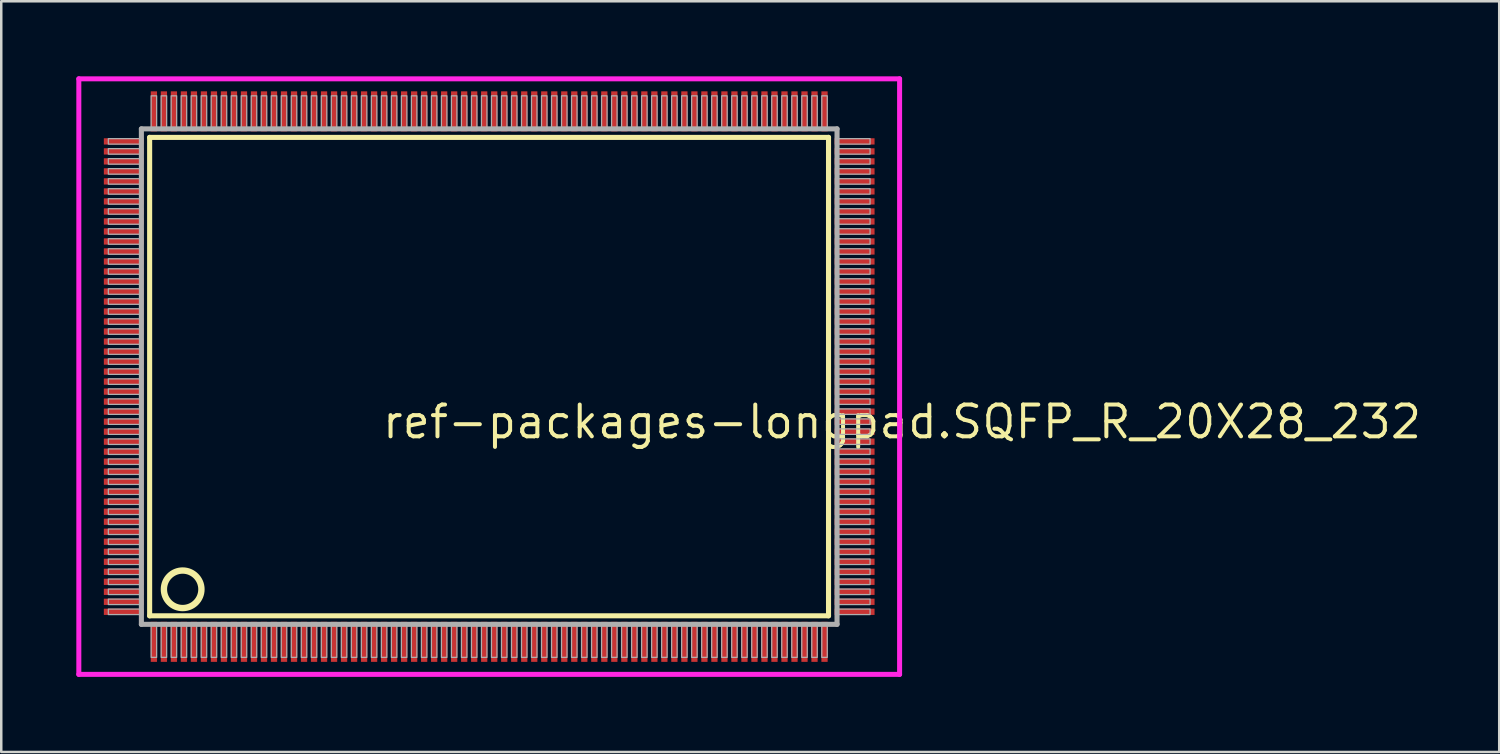
<source format=kicad_pcb>
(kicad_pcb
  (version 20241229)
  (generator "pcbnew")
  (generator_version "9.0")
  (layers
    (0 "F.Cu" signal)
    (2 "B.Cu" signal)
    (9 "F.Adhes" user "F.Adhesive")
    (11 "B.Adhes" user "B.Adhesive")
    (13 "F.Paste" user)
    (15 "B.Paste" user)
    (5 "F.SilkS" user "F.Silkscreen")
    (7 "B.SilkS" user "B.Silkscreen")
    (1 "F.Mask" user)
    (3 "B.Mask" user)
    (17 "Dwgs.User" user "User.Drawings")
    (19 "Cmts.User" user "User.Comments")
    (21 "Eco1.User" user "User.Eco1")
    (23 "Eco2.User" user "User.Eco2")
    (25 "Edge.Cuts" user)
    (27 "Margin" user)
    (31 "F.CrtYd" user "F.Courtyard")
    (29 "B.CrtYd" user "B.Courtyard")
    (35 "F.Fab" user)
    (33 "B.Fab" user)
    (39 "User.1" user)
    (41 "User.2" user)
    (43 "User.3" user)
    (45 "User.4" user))
  (footprint "ref-packages-longpad.SQFP_R_20X28_232"
    (layer "F.Cu")
    (at 16.5 12)
    (property "Reference" "ref-packages-longpad.SQFP_R_20X28_232" (at -4.35 2.55 0) (layer "F.SilkS") (effects (font (size 1.27 1.27) (thickness 0.16)) (justify left bottom)))
    (attr smd)
    (fp_line (start -13.57 -9.56) (end 13.56 -9.56) (stroke (width 0.203) (type default)) (layer "F.SilkS"))
    (fp_line (start -13.57 9.56) (end -13.57 -9.56) (stroke (width 0.203) (type default)) (layer "F.SilkS"))
    (fp_line (start 13.56 -9.56) (end 13.56 9.56) (stroke (width 0.203) (type default)) (layer "F.SilkS"))
    (fp_line (start 13.56 9.56) (end -13.57 9.56) (stroke (width 0.203) (type default)) (layer "F.SilkS"))
    (fp_circle (center -12.25 8.5) (end -11.5 8.5) (stroke (width 0.254) (type default)) (fill no) (layer "F.SilkS"))
    (fp_line (start -16.4 -11.9) (end 16.4 -11.9) (stroke (width 0.2) (type default)) (layer "F.CrtYd"))
    (fp_line (start -16.4 11.9) (end -16.4 -11.9) (stroke (width 0.2) (type default)) (layer "F.CrtYd"))
    (fp_line (start 16.4 -11.9) (end 16.4 11.9) (stroke (width 0.2) (type default)) (layer "F.CrtYd"))
    (fp_line (start 16.4 11.9) (end -16.4 11.9) (stroke (width 0.2) (type default)) (layer "F.CrtYd"))
    (fp_line (start -13.9 -9.9) (end -13.9 9.9) (stroke (width 0.203) (type default)) (layer "F.Fab"))
    (fp_line (start -13.9 9.9) (end 13.9 9.9) (stroke (width 0.203) (type default)) (layer "F.Fab"))
    (fp_line (start 13.9 -9.9) (end -13.9 -9.9) (stroke (width 0.203) (type default)) (layer "F.Fab"))
    (fp_line (start 13.9 9.9) (end 13.9 -9.9) (stroke (width 0.203) (type default)) (layer "F.Fab"))
    (fp_rect (start -15.22 -9.29) (end -13.95 -9.51) (stroke (width 0.05) (type default)) (fill no) (layer "F.Fab"))
    (fp_rect (start -15.22 -8.89) (end -13.95 -9.11) (stroke (width 0.05) (type default)) (fill no) (layer "F.Fab"))
    (fp_rect (start -15.22 -8.49) (end -13.95 -8.71) (stroke (width 0.05) (type default)) (fill no) (layer "F.Fab"))
    (fp_rect (start -15.22 -8.09) (end -13.95 -8.31) (stroke (width 0.05) (type default)) (fill no) (layer "F.Fab"))
    (fp_rect (start -15.22 -7.69) (end -13.95 -7.91) (stroke (width 0.05) (type default)) (fill no) (layer "F.Fab"))
    (fp_rect (start -15.22 -7.29) (end -13.95 -7.51) (stroke (width 0.05) (type default)) (fill no) (layer "F.Fab"))
    (fp_rect (start -15.22 -6.89) (end -13.95 -7.11) (stroke (width 0.05) (type default)) (fill no) (layer "F.Fab"))
    (fp_rect (start -15.22 -6.49) (end -13.95 -6.71) (stroke (width 0.05) (type default)) (fill no) (layer "F.Fab"))
    (fp_rect (start -15.22 -6.09) (end -13.95 -6.31) (stroke (width 0.05) (type default)) (fill no) (layer "F.Fab"))
    (fp_rect (start -15.22 -5.69) (end -13.95 -5.91) (stroke (width 0.05) (type default)) (fill no) (layer "F.Fab"))
    (fp_rect (start -15.22 -5.29) (end -13.95 -5.51) (stroke (width 0.05) (type default)) (fill no) (layer "F.Fab"))
    (fp_rect (start -15.22 -4.89) (end -13.95 -5.11) (stroke (width 0.05) (type default)) (fill no) (layer "F.Fab"))
    (fp_rect (start -15.22 -4.49) (end -13.95 -4.71) (stroke (width 0.05) (type default)) (fill no) (layer "F.Fab"))
    (fp_rect (start -15.22 -4.09) (end -13.95 -4.31) (stroke (width 0.05) (type default)) (fill no) (layer "F.Fab"))
    (fp_rect (start -15.22 -3.69) (end -13.95 -3.91) (stroke (width 0.05) (type default)) (fill no) (layer "F.Fab"))
    (fp_rect (start -15.22 -3.29) (end -13.95 -3.51) (stroke (width 0.05) (type default)) (fill no) (layer "F.Fab"))
    (fp_rect (start -15.22 -2.89) (end -13.95 -3.11) (stroke (width 0.05) (type default)) (fill no) (layer "F.Fab"))
    (fp_rect (start -15.22 -2.49) (end -13.95 -2.71) (stroke (width 0.05) (type default)) (fill no) (layer "F.Fab"))
    (fp_rect (start -15.22 -2.09) (end -13.95 -2.31) (stroke (width 0.05) (type default)) (fill no) (layer "F.Fab"))
    (fp_rect (start -15.22 -1.69) (end -13.95 -1.91) (stroke (width 0.05) (type default)) (fill no) (layer "F.Fab"))
    (fp_rect (start -15.22 -1.29) (end -13.95 -1.51) (stroke (width 0.05) (type default)) (fill no) (layer "F.Fab"))
    (fp_rect (start -15.22 -0.89) (end -13.95 -1.11) (stroke (width 0.05) (type default)) (fill no) (layer "F.Fab"))
    (fp_rect (start -15.22 -0.49) (end -13.95 -0.71) (stroke (width 0.05) (type default)) (fill no) (layer "F.Fab"))
    (fp_rect (start -15.22 -0.09) (end -13.95 -0.31) (stroke (width 0.05) (type default)) (fill no) (layer "F.Fab"))
    (fp_rect (start -15.22 0.31) (end -13.95 0.09) (stroke (width 0.05) (type default)) (fill no) (layer "F.Fab"))
    (fp_rect (start -15.22 0.71) (end -13.95 0.49) (stroke (width 0.05) (type default)) (fill no) (layer "F.Fab"))
    (fp_rect (start -15.22 1.11) (end -13.95 0.89) (stroke (width 0.05) (type default)) (fill no) (layer "F.Fab"))
    (fp_rect (start -15.22 1.51) (end -13.95 1.29) (stroke (width 0.05) (type default)) (fill no) (layer "F.Fab"))
    (fp_rect (start -15.22 1.91) (end -13.95 1.69) (stroke (width 0.05) (type default)) (fill no) (layer "F.Fab"))
    (fp_rect (start -15.22 2.31) (end -13.95 2.09) (stroke (width 0.05) (type default)) (fill no) (layer "F.Fab"))
    (fp_rect (start -15.22 2.71) (end -13.95 2.49) (stroke (width 0.05) (type default)) (fill no) (layer "F.Fab"))
    (fp_rect (start -15.22 3.11) (end -13.95 2.89) (stroke (width 0.05) (type default)) (fill no) (layer "F.Fab"))
    (fp_rect (start -15.22 3.51) (end -13.95 3.29) (stroke (width 0.05) (type default)) (fill no) (layer "F.Fab"))
    (fp_rect (start -15.22 3.91) (end -13.95 3.69) (stroke (width 0.05) (type default)) (fill no) (layer "F.Fab"))
    (fp_rect (start -15.22 4.31) (end -13.95 4.09) (stroke (width 0.05) (type default)) (fill no) (layer "F.Fab"))
    (fp_rect (start -15.22 4.71) (end -13.95 4.49) (stroke (width 0.05) (type default)) (fill no) (layer "F.Fab"))
    (fp_rect (start -15.22 5.11) (end -13.95 4.89) (stroke (width 0.05) (type default)) (fill no) (layer "F.Fab"))
    (fp_rect (start -15.22 5.51) (end -13.95 5.29) (stroke (width 0.05) (type default)) (fill no) (layer "F.Fab"))
    (fp_rect (start -15.22 5.91) (end -13.95 5.69) (stroke (width 0.05) (type default)) (fill no) (layer "F.Fab"))
    (fp_rect (start -15.22 6.31) (end -13.95 6.09) (stroke (width 0.05) (type default)) (fill no) (layer "F.Fab"))
    (fp_rect (start -15.22 6.71) (end -13.95 6.49) (stroke (width 0.05) (type default)) (fill no) (layer "F.Fab"))
    (fp_rect (start -15.22 7.11) (end -13.95 6.89) (stroke (width 0.05) (type default)) (fill no) (layer "F.Fab"))
    (fp_rect (start -15.22 7.51) (end -13.95 7.29) (stroke (width 0.05) (type default)) (fill no) (layer "F.Fab"))
    (fp_rect (start -15.22 7.91) (end -13.95 7.69) (stroke (width 0.05) (type default)) (fill no) (layer "F.Fab"))
    (fp_rect (start -15.22 8.31) (end -13.95 8.09) (stroke (width 0.05) (type default)) (fill no) (layer "F.Fab"))
    (fp_rect (start -15.22 8.71) (end -13.95 8.49) (stroke (width 0.05) (type default)) (fill no) (layer "F.Fab"))
    (fp_rect (start -15.22 9.11) (end -13.95 8.89) (stroke (width 0.05) (type default)) (fill no) (layer "F.Fab"))
    (fp_rect (start -15.22 9.51) (end -13.95 9.29) (stroke (width 0.05) (type default)) (fill no) (layer "F.Fab"))
    (fp_rect (start -13.51 -9.93) (end -13.29 -11.22) (stroke (width 0.05) (type default)) (fill no) (layer "F.Fab"))
    (fp_rect (start -13.51 11.22) (end -13.29 9.93) (stroke (width 0.05) (type default)) (fill no) (layer "F.Fab"))
    (fp_rect (start -13.11 -9.93) (end -12.89 -11.22) (stroke (width 0.05) (type default)) (fill no) (layer "F.Fab"))
    (fp_rect (start -13.11 11.22) (end -12.89 9.93) (stroke (width 0.05) (type default)) (fill no) (layer "F.Fab"))
    (fp_rect (start -12.71 -9.93) (end -12.49 -11.22) (stroke (width 0.05) (type default)) (fill no) (layer "F.Fab"))
    (fp_rect (start -12.71 11.22) (end -12.49 9.93) (stroke (width 0.05) (type default)) (fill no) (layer "F.Fab"))
    (fp_rect (start -12.31 -9.93) (end -12.09 -11.22) (stroke (width 0.05) (type default)) (fill no) (layer "F.Fab"))
    (fp_rect (start -12.31 11.22) (end -12.09 9.93) (stroke (width 0.05) (type default)) (fill no) (layer "F.Fab"))
    (fp_rect (start -11.91 -9.93) (end -11.69 -11.22) (stroke (width 0.05) (type default)) (fill no) (layer "F.Fab"))
    (fp_rect (start -11.91 11.22) (end -11.69 9.93) (stroke (width 0.05) (type default)) (fill no) (layer "F.Fab"))
    (fp_rect (start -11.51 -9.93) (end -11.29 -11.22) (stroke (width 0.05) (type default)) (fill no) (layer "F.Fab"))
    (fp_rect (start -11.51 11.22) (end -11.29 9.93) (stroke (width 0.05) (type default)) (fill no) (layer "F.Fab"))
    (fp_rect (start -11.11 -9.93) (end -10.89 -11.22) (stroke (width 0.05) (type default)) (fill no) (layer "F.Fab"))
    (fp_rect (start -11.11 11.22) (end -10.89 9.93) (stroke (width 0.05) (type default)) (fill no) (layer "F.Fab"))
    (fp_rect (start -10.71 -9.93) (end -10.49 -11.22) (stroke (width 0.05) (type default)) (fill no) (layer "F.Fab"))
    (fp_rect (start -10.71 11.22) (end -10.49 9.93) (stroke (width 0.05) (type default)) (fill no) (layer "F.Fab"))
    (fp_rect (start -10.31 -9.93) (end -10.09 -11.22) (stroke (width 0.05) (type default)) (fill no) (layer "F.Fab"))
    (fp_rect (start -10.31 11.22) (end -10.09 9.93) (stroke (width 0.05) (type default)) (fill no) (layer "F.Fab"))
    (fp_rect (start -9.91 -9.93) (end -9.69 -11.22) (stroke (width 0.05) (type default)) (fill no) (layer "F.Fab"))
    (fp_rect (start -9.91 11.22) (end -9.69 9.93) (stroke (width 0.05) (type default)) (fill no) (layer "F.Fab"))
    (fp_rect (start -9.51 -9.93) (end -9.29 -11.22) (stroke (width 0.05) (type default)) (fill no) (layer "F.Fab"))
    (fp_rect (start -9.51 11.22) (end -9.29 9.93) (stroke (width 0.05) (type default)) (fill no) (layer "F.Fab"))
    (fp_rect (start -9.11 -9.93) (end -8.89 -11.22) (stroke (width 0.05) (type default)) (fill no) (layer "F.Fab"))
    (fp_rect (start -9.11 11.22) (end -8.89 9.93) (stroke (width 0.05) (type default)) (fill no) (layer "F.Fab"))
    (fp_rect (start -8.71 -9.93) (end -8.49 -11.22) (stroke (width 0.05) (type default)) (fill no) (layer "F.Fab"))
    (fp_rect (start -8.71 11.22) (end -8.49 9.93) (stroke (width 0.05) (type default)) (fill no) (layer "F.Fab"))
    (fp_rect (start -8.31 -9.93) (end -8.09 -11.22) (stroke (width 0.05) (type default)) (fill no) (layer "F.Fab"))
    (fp_rect (start -8.31 11.22) (end -8.09 9.93) (stroke (width 0.05) (type default)) (fill no) (layer "F.Fab"))
    (fp_rect (start -7.91 -9.93) (end -7.69 -11.22) (stroke (width 0.05) (type default)) (fill no) (layer "F.Fab"))
    (fp_rect (start -7.91 11.22) (end -7.69 9.93) (stroke (width 0.05) (type default)) (fill no) (layer "F.Fab"))
    (fp_rect (start -7.51 -9.93) (end -7.29 -11.22) (stroke (width 0.05) (type default)) (fill no) (layer "F.Fab"))
    (fp_rect (start -7.51 11.22) (end -7.29 9.93) (stroke (width 0.05) (type default)) (fill no) (layer "F.Fab"))
    (fp_rect (start -7.11 -9.93) (end -6.89 -11.22) (stroke (width 0.05) (type default)) (fill no) (layer "F.Fab"))
    (fp_rect (start -7.11 11.22) (end -6.89 9.93) (stroke (width 0.05) (type default)) (fill no) (layer "F.Fab"))
    (fp_rect (start -6.71 -9.93) (end -6.49 -11.22) (stroke (width 0.05) (type default)) (fill no) (layer "F.Fab"))
    (fp_rect (start -6.71 11.22) (end -6.49 9.93) (stroke (width 0.05) (type default)) (fill no) (layer "F.Fab"))
    (fp_rect (start -6.31 -9.93) (end -6.09 -11.22) (stroke (width 0.05) (type default)) (fill no) (layer "F.Fab"))
    (fp_rect (start -6.31 11.22) (end -6.09 9.93) (stroke (width 0.05) (type default)) (fill no) (layer "F.Fab"))
    (fp_rect (start -5.91 -9.93) (end -5.69 -11.22) (stroke (width 0.05) (type default)) (fill no) (layer "F.Fab"))
    (fp_rect (start -5.91 11.22) (end -5.69 9.93) (stroke (width 0.05) (type default)) (fill no) (layer "F.Fab"))
    (fp_rect (start -5.51 -9.93) (end -5.29 -11.22) (stroke (width 0.05) (type default)) (fill no) (layer "F.Fab"))
    (fp_rect (start -5.51 11.22) (end -5.29 9.93) (stroke (width 0.05) (type default)) (fill no) (layer "F.Fab"))
    (fp_rect (start -5.11 -9.93) (end -4.89 -11.22) (stroke (width 0.05) (type default)) (fill no) (layer "F.Fab"))
    (fp_rect (start -5.11 11.22) (end -4.89 9.93) (stroke (width 0.05) (type default)) (fill no) (layer "F.Fab"))
    (fp_rect (start -4.71 -9.93) (end -4.49 -11.22) (stroke (width 0.05) (type default)) (fill no) (layer "F.Fab"))
    (fp_rect (start -4.71 11.22) (end -4.49 9.93) (stroke (width 0.05) (type default)) (fill no) (layer "F.Fab"))
    (fp_rect (start -4.31 -9.93) (end -4.09 -11.22) (stroke (width 0.05) (type default)) (fill no) (layer "F.Fab"))
    (fp_rect (start -4.31 11.22) (end -4.09 9.93) (stroke (width 0.05) (type default)) (fill no) (layer "F.Fab"))
    (fp_rect (start -3.91 -9.93) (end -3.69 -11.22) (stroke (width 0.05) (type default)) (fill no) (layer "F.Fab"))
    (fp_rect (start -3.91 11.22) (end -3.69 9.93) (stroke (width 0.05) (type default)) (fill no) (layer "F.Fab"))
    (fp_rect (start -3.51 -9.93) (end -3.29 -11.22) (stroke (width 0.05) (type default)) (fill no) (layer "F.Fab"))
    (fp_rect (start -3.51 11.22) (end -3.29 9.93) (stroke (width 0.05) (type default)) (fill no) (layer "F.Fab"))
    (fp_rect (start -3.11 -9.93) (end -2.89 -11.22) (stroke (width 0.05) (type default)) (fill no) (layer "F.Fab"))
    (fp_rect (start -3.11 11.22) (end -2.89 9.93) (stroke (width 0.05) (type default)) (fill no) (layer "F.Fab"))
    (fp_rect (start -2.71 -9.93) (end -2.49 -11.22) (stroke (width 0.05) (type default)) (fill no) (layer "F.Fab"))
    (fp_rect (start -2.71 11.22) (end -2.49 9.93) (stroke (width 0.05) (type default)) (fill no) (layer "F.Fab"))
    (fp_rect (start -2.31 -9.93) (end -2.09 -11.22) (stroke (width 0.05) (type default)) (fill no) (layer "F.Fab"))
    (fp_rect (start -2.31 11.22) (end -2.09 9.93) (stroke (width 0.05) (type default)) (fill no) (layer "F.Fab"))
    (fp_rect (start -1.91 -9.93) (end -1.69 -11.22) (stroke (width 0.05) (type default)) (fill no) (layer "F.Fab"))
    (fp_rect (start -1.91 11.22) (end -1.69 9.93) (stroke (width 0.05) (type default)) (fill no) (layer "F.Fab"))
    (fp_rect (start -1.51 -9.93) (end -1.29 -11.22) (stroke (width 0.05) (type default)) (fill no) (layer "F.Fab"))
    (fp_rect (start -1.51 11.22) (end -1.29 9.93) (stroke (width 0.05) (type default)) (fill no) (layer "F.Fab"))
    (fp_rect (start -1.11 -9.93) (end -0.89 -11.22) (stroke (width 0.05) (type default)) (fill no) (layer "F.Fab"))
    (fp_rect (start -1.11 11.22) (end -0.89 9.93) (stroke (width 0.05) (type default)) (fill no) (layer "F.Fab"))
    (fp_rect (start -0.71 -9.93) (end -0.49 -11.22) (stroke (width 0.05) (type default)) (fill no) (layer "F.Fab"))
    (fp_rect (start -0.71 11.22) (end -0.49 9.93) (stroke (width 0.05) (type default)) (fill no) (layer "F.Fab"))
    (fp_rect (start -0.31 -9.93) (end -0.09 -11.22) (stroke (width 0.05) (type default)) (fill no) (layer "F.Fab"))
    (fp_rect (start -0.31 11.22) (end -0.09 9.93) (stroke (width 0.05) (type default)) (fill no) (layer "F.Fab"))
    (fp_rect (start 0.09 -9.93) (end 0.31 -11.22) (stroke (width 0.05) (type default)) (fill no) (layer "F.Fab"))
    (fp_rect (start 0.09 11.22) (end 0.31 9.93) (stroke (width 0.05) (type default)) (fill no) (layer "F.Fab"))
    (fp_rect (start 0.49 -9.93) (end 0.71 -11.22) (stroke (width 0.05) (type default)) (fill no) (layer "F.Fab"))
    (fp_rect (start 0.49 11.22) (end 0.71 9.93) (stroke (width 0.05) (type default)) (fill no) (layer "F.Fab"))
    (fp_rect (start 0.89 -9.93) (end 1.11 -11.22) (stroke (width 0.05) (type default)) (fill no) (layer "F.Fab"))
    (fp_rect (start 0.89 11.22) (end 1.11 9.93) (stroke (width 0.05) (type default)) (fill no) (layer "F.Fab"))
    (fp_rect (start 1.29 -9.93) (end 1.51 -11.22) (stroke (width 0.05) (type default)) (fill no) (layer "F.Fab"))
    (fp_rect (start 1.29 11.22) (end 1.51 9.93) (stroke (width 0.05) (type default)) (fill no) (layer "F.Fab"))
    (fp_rect (start 1.69 -9.93) (end 1.91 -11.22) (stroke (width 0.05) (type default)) (fill no) (layer "F.Fab"))
    (fp_rect (start 1.69 11.22) (end 1.91 9.93) (stroke (width 0.05) (type default)) (fill no) (layer "F.Fab"))
    (fp_rect (start 2.09 -9.93) (end 2.31 -11.22) (stroke (width 0.05) (type default)) (fill no) (layer "F.Fab"))
    (fp_rect (start 2.09 11.22) (end 2.31 9.93) (stroke (width 0.05) (type default)) (fill no) (layer "F.Fab"))
    (fp_rect (start 2.49 -9.93) (end 2.71 -11.22) (stroke (width 0.05) (type default)) (fill no) (layer "F.Fab"))
    (fp_rect (start 2.49 11.22) (end 2.71 9.93) (stroke (width 0.05) (type default)) (fill no) (layer "F.Fab"))
    (fp_rect (start 2.89 -9.93) (end 3.11 -11.22) (stroke (width 0.05) (type default)) (fill no) (layer "F.Fab"))
    (fp_rect (start 2.89 11.22) (end 3.11 9.93) (stroke (width 0.05) (type default)) (fill no) (layer "F.Fab"))
    (fp_rect (start 3.29 -9.93) (end 3.51 -11.22) (stroke (width 0.05) (type default)) (fill no) (layer "F.Fab"))
    (fp_rect (start 3.29 11.22) (end 3.51 9.93) (stroke (width 0.05) (type default)) (fill no) (layer "F.Fab"))
    (fp_rect (start 3.69 -9.93) (end 3.91 -11.22) (stroke (width 0.05) (type default)) (fill no) (layer "F.Fab"))
    (fp_rect (start 3.69 11.22) (end 3.91 9.93) (stroke (width 0.05) (type default)) (fill no) (layer "F.Fab"))
    (fp_rect (start 4.09 -9.93) (end 4.31 -11.22) (stroke (width 0.05) (type default)) (fill no) (layer "F.Fab"))
    (fp_rect (start 4.09 11.22) (end 4.31 9.93) (stroke (width 0.05) (type default)) (fill no) (layer "F.Fab"))
    (fp_rect (start 4.49 -9.93) (end 4.71 -11.22) (stroke (width 0.05) (type default)) (fill no) (layer "F.Fab"))
    (fp_rect (start 4.49 11.22) (end 4.71 9.93) (stroke (width 0.05) (type default)) (fill no) (layer "F.Fab"))
    (fp_rect (start 4.89 -9.93) (end 5.11 -11.22) (stroke (width 0.05) (type default)) (fill no) (layer "F.Fab"))
    (fp_rect (start 4.89 11.22) (end 5.11 9.93) (stroke (width 0.05) (type default)) (fill no) (layer "F.Fab"))
    (fp_rect (start 5.29 -9.93) (end 5.51 -11.22) (stroke (width 0.05) (type default)) (fill no) (layer "F.Fab"))
    (fp_rect (start 5.29 11.22) (end 5.51 9.93) (stroke (width 0.05) (type default)) (fill no) (layer "F.Fab"))
    (fp_rect (start 5.69 -9.93) (end 5.91 -11.22) (stroke (width 0.05) (type default)) (fill no) (layer "F.Fab"))
    (fp_rect (start 5.69 11.22) (end 5.91 9.93) (stroke (width 0.05) (type default)) (fill no) (layer "F.Fab"))
    (fp_rect (start 6.09 -9.93) (end 6.31 -11.22) (stroke (width 0.05) (type default)) (fill no) (layer "F.Fab"))
    (fp_rect (start 6.09 11.22) (end 6.31 9.93) (stroke (width 0.05) (type default)) (fill no) (layer "F.Fab"))
    (fp_rect (start 6.49 -9.93) (end 6.71 -11.22) (stroke (width 0.05) (type default)) (fill no) (layer "F.Fab"))
    (fp_rect (start 6.49 11.22) (end 6.71 9.93) (stroke (width 0.05) (type default)) (fill no) (layer "F.Fab"))
    (fp_rect (start 6.89 -9.93) (end 7.11 -11.22) (stroke (width 0.05) (type default)) (fill no) (layer "F.Fab"))
    (fp_rect (start 6.89 11.22) (end 7.11 9.93) (stroke (width 0.05) (type default)) (fill no) (layer "F.Fab"))
    (fp_rect (start 7.29 -9.93) (end 7.51 -11.22) (stroke (width 0.05) (type default)) (fill no) (layer "F.Fab"))
    (fp_rect (start 7.29 11.22) (end 7.51 9.93) (stroke (width 0.05) (type default)) (fill no) (layer "F.Fab"))
    (fp_rect (start 7.69 -9.93) (end 7.91 -11.22) (stroke (width 0.05) (type default)) (fill no) (layer "F.Fab"))
    (fp_rect (start 7.69 11.22) (end 7.91 9.93) (stroke (width 0.05) (type default)) (fill no) (layer "F.Fab"))
    (fp_rect (start 8.09 -9.93) (end 8.31 -11.22) (stroke (width 0.05) (type default)) (fill no) (layer "F.Fab"))
    (fp_rect (start 8.09 11.22) (end 8.31 9.93) (stroke (width 0.05) (type default)) (fill no) (layer "F.Fab"))
    (fp_rect (start 8.49 -9.93) (end 8.71 -11.22) (stroke (width 0.05) (type default)) (fill no) (layer "F.Fab"))
    (fp_rect (start 8.49 11.22) (end 8.71 9.93) (stroke (width 0.05) (type default)) (fill no) (layer "F.Fab"))
    (fp_rect (start 8.89 -9.93) (end 9.11 -11.22) (stroke (width 0.05) (type default)) (fill no) (layer "F.Fab"))
    (fp_rect (start 8.89 11.22) (end 9.11 9.93) (stroke (width 0.05) (type default)) (fill no) (layer "F.Fab"))
    (fp_rect (start 9.29 -9.93) (end 9.51 -11.22) (stroke (width 0.05) (type default)) (fill no) (layer "F.Fab"))
    (fp_rect (start 9.29 11.22) (end 9.51 9.93) (stroke (width 0.05) (type default)) (fill no) (layer "F.Fab"))
    (fp_rect (start 9.69 -9.93) (end 9.91 -11.22) (stroke (width 0.05) (type default)) (fill no) (layer "F.Fab"))
    (fp_rect (start 9.69 11.22) (end 9.91 9.93) (stroke (width 0.05) (type default)) (fill no) (layer "F.Fab"))
    (fp_rect (start 10.09 -9.93) (end 10.31 -11.22) (stroke (width 0.05) (type default)) (fill no) (layer "F.Fab"))
    (fp_rect (start 10.09 11.22) (end 10.31 9.93) (stroke (width 0.05) (type default)) (fill no) (layer "F.Fab"))
    (fp_rect (start 10.49 -9.93) (end 10.71 -11.22) (stroke (width 0.05) (type default)) (fill no) (layer "F.Fab"))
    (fp_rect (start 10.49 11.22) (end 10.71 9.93) (stroke (width 0.05) (type default)) (fill no) (layer "F.Fab"))
    (fp_rect (start 10.89 -9.93) (end 11.11 -11.22) (stroke (width 0.05) (type default)) (fill no) (layer "F.Fab"))
    (fp_rect (start 10.89 11.22) (end 11.11 9.93) (stroke (width 0.05) (type default)) (fill no) (layer "F.Fab"))
    (fp_rect (start 11.29 -9.93) (end 11.51 -11.22) (stroke (width 0.05) (type default)) (fill no) (layer "F.Fab"))
    (fp_rect (start 11.29 11.22) (end 11.51 9.93) (stroke (width 0.05) (type default)) (fill no) (layer "F.Fab"))
    (fp_rect (start 11.69 -9.93) (end 11.91 -11.22) (stroke (width 0.05) (type default)) (fill no) (layer "F.Fab"))
    (fp_rect (start 11.69 11.22) (end 11.91 9.93) (stroke (width 0.05) (type default)) (fill no) (layer "F.Fab"))
    (fp_rect (start 12.09 -9.93) (end 12.31 -11.22) (stroke (width 0.05) (type default)) (fill no) (layer "F.Fab"))
    (fp_rect (start 12.09 11.22) (end 12.31 9.93) (stroke (width 0.05) (type default)) (fill no) (layer "F.Fab"))
    (fp_rect (start 12.49 -9.93) (end 12.71 -11.22) (stroke (width 0.05) (type default)) (fill no) (layer "F.Fab"))
    (fp_rect (start 12.49 11.22) (end 12.71 9.93) (stroke (width 0.05) (type default)) (fill no) (layer "F.Fab"))
    (fp_rect (start 12.89 -9.93) (end 13.11 -11.22) (stroke (width 0.05) (type default)) (fill no) (layer "F.Fab"))
    (fp_rect (start 12.89 11.22) (end 13.11 9.93) (stroke (width 0.05) (type default)) (fill no) (layer "F.Fab"))
    (fp_rect (start 13.29 -9.93) (end 13.51 -11.22) (stroke (width 0.05) (type default)) (fill no) (layer "F.Fab"))
    (fp_rect (start 13.29 11.22) (end 13.51 9.93) (stroke (width 0.05) (type default)) (fill no) (layer "F.Fab"))
    (fp_rect (start 13.95 -9.29) (end 15.22 -9.51) (stroke (width 0.05) (type default)) (fill no) (layer "F.Fab"))
    (fp_rect (start 13.95 -8.89) (end 15.22 -9.11) (stroke (width 0.05) (type default)) (fill no) (layer "F.Fab"))
    (fp_rect (start 13.95 -8.49) (end 15.22 -8.71) (stroke (width 0.05) (type default)) (fill no) (layer "F.Fab"))
    (fp_rect (start 13.95 -8.09) (end 15.22 -8.31) (stroke (width 0.05) (type default)) (fill no) (layer "F.Fab"))
    (fp_rect (start 13.95 -7.69) (end 15.22 -7.91) (stroke (width 0.05) (type default)) (fill no) (layer "F.Fab"))
    (fp_rect (start 13.95 -7.29) (end 15.22 -7.51) (stroke (width 0.05) (type default)) (fill no) (layer "F.Fab"))
    (fp_rect (start 13.95 -6.89) (end 15.22 -7.11) (stroke (width 0.05) (type default)) (fill no) (layer "F.Fab"))
    (fp_rect (start 13.95 -6.49) (end 15.22 -6.71) (stroke (width 0.05) (type default)) (fill no) (layer "F.Fab"))
    (fp_rect (start 13.95 -6.09) (end 15.22 -6.31) (stroke (width 0.05) (type default)) (fill no) (layer "F.Fab"))
    (fp_rect (start 13.95 -5.69) (end 15.22 -5.91) (stroke (width 0.05) (type default)) (fill no) (layer "F.Fab"))
    (fp_rect (start 13.95 -5.29) (end 15.22 -5.51) (stroke (width 0.05) (type default)) (fill no) (layer "F.Fab"))
    (fp_rect (start 13.95 -4.89) (end 15.22 -5.11) (stroke (width 0.05) (type default)) (fill no) (layer "F.Fab"))
    (fp_rect (start 13.95 -4.49) (end 15.22 -4.71) (stroke (width 0.05) (type default)) (fill no) (layer "F.Fab"))
    (fp_rect (start 13.95 -4.09) (end 15.22 -4.31) (stroke (width 0.05) (type default)) (fill no) (layer "F.Fab"))
    (fp_rect (start 13.95 -3.69) (end 15.22 -3.91) (stroke (width 0.05) (type default)) (fill no) (layer "F.Fab"))
    (fp_rect (start 13.95 -3.29) (end 15.22 -3.51) (stroke (width 0.05) (type default)) (fill no) (layer "F.Fab"))
    (fp_rect (start 13.95 -2.89) (end 15.22 -3.11) (stroke (width 0.05) (type default)) (fill no) (layer "F.Fab"))
    (fp_rect (start 13.95 -2.49) (end 15.22 -2.71) (stroke (width 0.05) (type default)) (fill no) (layer "F.Fab"))
    (fp_rect (start 13.95 -2.09) (end 15.22 -2.31) (stroke (width 0.05) (type default)) (fill no) (layer "F.Fab"))
    (fp_rect (start 13.95 -1.69) (end 15.22 -1.91) (stroke (width 0.05) (type default)) (fill no) (layer "F.Fab"))
    (fp_rect (start 13.95 -1.29) (end 15.22 -1.51) (stroke (width 0.05) (type default)) (fill no) (layer "F.Fab"))
    (fp_rect (start 13.95 -0.89) (end 15.22 -1.11) (stroke (width 0.05) (type default)) (fill no) (layer "F.Fab"))
    (fp_rect (start 13.95 -0.49) (end 15.22 -0.71) (stroke (width 0.05) (type default)) (fill no) (layer "F.Fab"))
    (fp_rect (start 13.95 -0.09) (end 15.22 -0.31) (stroke (width 0.05) (type default)) (fill no) (layer "F.Fab"))
    (fp_rect (start 13.95 0.31) (end 15.22 0.09) (stroke (width 0.05) (type default)) (fill no) (layer "F.Fab"))
    (fp_rect (start 13.95 0.71) (end 15.22 0.49) (stroke (width 0.05) (type default)) (fill no) (layer "F.Fab"))
    (fp_rect (start 13.95 1.11) (end 15.22 0.89) (stroke (width 0.05) (type default)) (fill no) (layer "F.Fab"))
    (fp_rect (start 13.95 1.51) (end 15.22 1.29) (stroke (width 0.05) (type default)) (fill no) (layer "F.Fab"))
    (fp_rect (start 13.95 1.91) (end 15.22 1.69) (stroke (width 0.05) (type default)) (fill no) (layer "F.Fab"))
    (fp_rect (start 13.95 2.31) (end 15.22 2.09) (stroke (width 0.05) (type default)) (fill no) (layer "F.Fab"))
    (fp_rect (start 13.95 2.71) (end 15.22 2.49) (stroke (width 0.05) (type default)) (fill no) (layer "F.Fab"))
    (fp_rect (start 13.95 3.11) (end 15.22 2.89) (stroke (width 0.05) (type default)) (fill no) (layer "F.Fab"))
    (fp_rect (start 13.95 3.51) (end 15.22 3.29) (stroke (width 0.05) (type default)) (fill no) (layer "F.Fab"))
    (fp_rect (start 13.95 3.91) (end 15.22 3.69) (stroke (width 0.05) (type default)) (fill no) (layer "F.Fab"))
    (fp_rect (start 13.95 4.31) (end 15.22 4.09) (stroke (width 0.05) (type default)) (fill no) (layer "F.Fab"))
    (fp_rect (start 13.95 4.71) (end 15.22 4.49) (stroke (width 0.05) (type default)) (fill no) (layer "F.Fab"))
    (fp_rect (start 13.95 5.11) (end 15.22 4.89) (stroke (width 0.05) (type default)) (fill no) (layer "F.Fab"))
    (fp_rect (start 13.95 5.51) (end 15.22 5.29) (stroke (width 0.05) (type default)) (fill no) (layer "F.Fab"))
    (fp_rect (start 13.95 5.91) (end 15.22 5.69) (stroke (width 0.05) (type default)) (fill no) (layer "F.Fab"))
    (fp_rect (start 13.95 6.31) (end 15.22 6.09) (stroke (width 0.05) (type default)) (fill no) (layer "F.Fab"))
    (fp_rect (start 13.95 6.71) (end 15.22 6.49) (stroke (width 0.05) (type default)) (fill no) (layer "F.Fab"))
    (fp_rect (start 13.95 7.11) (end 15.22 6.89) (stroke (width 0.05) (type default)) (fill no) (layer "F.Fab"))
    (fp_rect (start 13.95 7.51) (end 15.22 7.29) (stroke (width 0.05) (type default)) (fill no) (layer "F.Fab"))
    (fp_rect (start 13.95 7.91) (end 15.22 7.69) (stroke (width 0.05) (type default)) (fill no) (layer "F.Fab"))
    (fp_rect (start 13.95 8.31) (end 15.22 8.09) (stroke (width 0.05) (type default)) (fill no) (layer "F.Fab"))
    (fp_rect (start 13.95 8.71) (end 15.22 8.49) (stroke (width 0.05) (type default)) (fill no) (layer "F.Fab"))
    (fp_rect (start 13.95 9.11) (end 15.22 8.89) (stroke (width 0.05) (type default)) (fill no) (layer "F.Fab"))
    (fp_rect (start 13.95 9.51) (end 15.22 9.29) (stroke (width 0.05) (type default)) (fill no) (layer "F.Fab"))
    (pad "1" smd roundrect (at -13.4 10.6) (size 0.25 1.6) (layers "F.Cu" "F.Mask" "F.Paste") (roundrect_rratio 0.01))
    (pad "2" smd roundrect (at -13 10.6) (size 0.25 1.6) (layers "F.Cu" "F.Mask" "F.Paste") (roundrect_rratio 0.01))
    (pad "3" smd roundrect (at -12.6 10.6) (size 0.25 1.6) (layers "F.Cu" "F.Mask" "F.Paste") (roundrect_rratio 0.01))
    (pad "4" smd roundrect (at -12.2 10.6) (size 0.25 1.6) (layers "F.Cu" "F.Mask" "F.Paste") (roundrect_rratio 0.01))
    (pad "5" smd roundrect (at -11.8 10.6) (size 0.25 1.6) (layers "F.Cu" "F.Mask" "F.Paste") (roundrect_rratio 0.01))
    (pad "6" smd roundrect (at -11.4 10.6) (size 0.25 1.6) (layers "F.Cu" "F.Mask" "F.Paste") (roundrect_rratio 0.01))
    (pad "7" smd roundrect (at -11 10.6) (size 0.25 1.6) (layers "F.Cu" "F.Mask" "F.Paste") (roundrect_rratio 0.01))
    (pad "8" smd roundrect (at -10.6 10.6) (size 0.25 1.6) (layers "F.Cu" "F.Mask" "F.Paste") (roundrect_rratio 0.01))
    (pad "9" smd roundrect (at -10.2 10.6) (size 0.25 1.6) (layers "F.Cu" "F.Mask" "F.Paste") (roundrect_rratio 0.01))
    (pad "10" smd roundrect (at -9.8 10.6) (size 0.25 1.6) (layers "F.Cu" "F.Mask" "F.Paste") (roundrect_rratio 0.01))
    (pad "11" smd roundrect (at -9.4 10.6) (size 0.25 1.6) (layers "F.Cu" "F.Mask" "F.Paste") (roundrect_rratio 0.01))
    (pad "12" smd roundrect (at -9 10.6) (size 0.25 1.6) (layers "F.Cu" "F.Mask" "F.Paste") (roundrect_rratio 0.01))
    (pad "13" smd roundrect (at -8.6 10.6) (size 0.25 1.6) (layers "F.Cu" "F.Mask" "F.Paste") (roundrect_rratio 0.01))
    (pad "14" smd roundrect (at -8.2 10.6) (size 0.25 1.6) (layers "F.Cu" "F.Mask" "F.Paste") (roundrect_rratio 0.01))
    (pad "15" smd roundrect (at -7.8 10.6) (size 0.25 1.6) (layers "F.Cu" "F.Mask" "F.Paste") (roundrect_rratio 0.01))
    (pad "16" smd roundrect (at -7.4 10.6) (size 0.25 1.6) (layers "F.Cu" "F.Mask" "F.Paste") (roundrect_rratio 0.01))
    (pad "17" smd roundrect (at -7 10.6) (size 0.25 1.6) (layers "F.Cu" "F.Mask" "F.Paste") (roundrect_rratio 0.01))
    (pad "18" smd roundrect (at -6.6 10.6) (size 0.25 1.6) (layers "F.Cu" "F.Mask" "F.Paste") (roundrect_rratio 0.01))
    (pad "19" smd roundrect (at -6.2 10.6) (size 0.25 1.6) (layers "F.Cu" "F.Mask" "F.Paste") (roundrect_rratio 0.01))
    (pad "20" smd roundrect (at -5.8 10.6) (size 0.25 1.6) (layers "F.Cu" "F.Mask" "F.Paste") (roundrect_rratio 0.01))
    (pad "21" smd roundrect (at -5.4 10.6) (size 0.25 1.6) (layers "F.Cu" "F.Mask" "F.Paste") (roundrect_rratio 0.01))
    (pad "22" smd roundrect (at -5 10.6) (size 0.25 1.6) (layers "F.Cu" "F.Mask" "F.Paste") (roundrect_rratio 0.01))
    (pad "23" smd roundrect (at -4.6 10.6) (size 0.25 1.6) (layers "F.Cu" "F.Mask" "F.Paste") (roundrect_rratio 0.01))
    (pad "24" smd roundrect (at -4.2 10.6) (size 0.25 1.6) (layers "F.Cu" "F.Mask" "F.Paste") (roundrect_rratio 0.01))
    (pad "25" smd roundrect (at -3.8 10.6) (size 0.25 1.6) (layers "F.Cu" "F.Mask" "F.Paste") (roundrect_rratio 0.01))
    (pad "26" smd roundrect (at -3.4 10.6) (size 0.25 1.6) (layers "F.Cu" "F.Mask" "F.Paste") (roundrect_rratio 0.01))
    (pad "27" smd roundrect (at -3 10.6) (size 0.25 1.6) (layers "F.Cu" "F.Mask" "F.Paste") (roundrect_rratio 0.01))
    (pad "28" smd roundrect (at -2.6 10.6) (size 0.25 1.6) (layers "F.Cu" "F.Mask" "F.Paste") (roundrect_rratio 0.01))
    (pad "29" smd roundrect (at -2.2 10.6) (size 0.25 1.6) (layers "F.Cu" "F.Mask" "F.Paste") (roundrect_rratio 0.01))
    (pad "30" smd roundrect (at -1.8 10.6) (size 0.25 1.6) (layers "F.Cu" "F.Mask" "F.Paste") (roundrect_rratio 0.01))
    (pad "31" smd roundrect (at -1.4 10.6) (size 0.25 1.6) (layers "F.Cu" "F.Mask" "F.Paste") (roundrect_rratio 0.01))
    (pad "32" smd roundrect (at -1 10.6) (size 0.25 1.6) (layers "F.Cu" "F.Mask" "F.Paste") (roundrect_rratio 0.01))
    (pad "33" smd roundrect (at -0.6 10.6) (size 0.25 1.6) (layers "F.Cu" "F.Mask" "F.Paste") (roundrect_rratio 0.01))
    (pad "34" smd roundrect (at -0.2 10.6) (size 0.25 1.6) (layers "F.Cu" "F.Mask" "F.Paste") (roundrect_rratio 0.01))
    (pad "35" smd roundrect (at 0.2 10.6) (size 0.25 1.6) (layers "F.Cu" "F.Mask" "F.Paste") (roundrect_rratio 0.01))
    (pad "36" smd roundrect (at 0.6 10.6) (size 0.25 1.6) (layers "F.Cu" "F.Mask" "F.Paste") (roundrect_rratio 0.01))
    (pad "37" smd roundrect (at 1 10.6) (size 0.25 1.6) (layers "F.Cu" "F.Mask" "F.Paste") (roundrect_rratio 0.01))
    (pad "38" smd roundrect (at 1.4 10.6) (size 0.25 1.6) (layers "F.Cu" "F.Mask" "F.Paste") (roundrect_rratio 0.01))
    (pad "39" smd roundrect (at 1.8 10.6) (size 0.25 1.6) (layers "F.Cu" "F.Mask" "F.Paste") (roundrect_rratio 0.01))
    (pad "40" smd roundrect (at 2.2 10.6) (size 0.25 1.6) (layers "F.Cu" "F.Mask" "F.Paste") (roundrect_rratio 0.01))
    (pad "41" smd roundrect (at 2.6 10.6) (size 0.25 1.6) (layers "F.Cu" "F.Mask" "F.Paste") (roundrect_rratio 0.01))
    (pad "42" smd roundrect (at 3 10.6) (size 0.25 1.6) (layers "F.Cu" "F.Mask" "F.Paste") (roundrect_rratio 0.01))
    (pad "43" smd roundrect (at 3.4 10.6) (size 0.25 1.6) (layers "F.Cu" "F.Mask" "F.Paste") (roundrect_rratio 0.01))
    (pad "44" smd roundrect (at 3.8 10.6) (size 0.25 1.6) (layers "F.Cu" "F.Mask" "F.Paste") (roundrect_rratio 0.01))
    (pad "45" smd roundrect (at 4.2 10.6) (size 0.25 1.6) (layers "F.Cu" "F.Mask" "F.Paste") (roundrect_rratio 0.01))
    (pad "46" smd roundrect (at 4.6 10.6) (size 0.25 1.6) (layers "F.Cu" "F.Mask" "F.Paste") (roundrect_rratio 0.01))
    (pad "47" smd roundrect (at 5 10.6) (size 0.25 1.6) (layers "F.Cu" "F.Mask" "F.Paste") (roundrect_rratio 0.01))
    (pad "48" smd roundrect (at 5.4 10.6) (size 0.25 1.6) (layers "F.Cu" "F.Mask" "F.Paste") (roundrect_rratio 0.01))
    (pad "49" smd roundrect (at 5.8 10.6) (size 0.25 1.6) (layers "F.Cu" "F.Mask" "F.Paste") (roundrect_rratio 0.01))
    (pad "50" smd roundrect (at 6.2 10.6) (size 0.25 1.6) (layers "F.Cu" "F.Mask" "F.Paste") (roundrect_rratio 0.01))
    (pad "51" smd roundrect (at 6.6 10.6) (size 0.25 1.6) (layers "F.Cu" "F.Mask" "F.Paste") (roundrect_rratio 0.01))
    (pad "52" smd roundrect (at 7 10.6) (size 0.25 1.6) (layers "F.Cu" "F.Mask" "F.Paste") (roundrect_rratio 0.01))
    (pad "53" smd roundrect (at 7.4 10.6) (size 0.25 1.6) (layers "F.Cu" "F.Mask" "F.Paste") (roundrect_rratio 0.01))
    (pad "54" smd roundrect (at 7.8 10.6) (size 0.25 1.6) (layers "F.Cu" "F.Mask" "F.Paste") (roundrect_rratio 0.01))
    (pad "55" smd roundrect (at 8.2 10.6) (size 0.25 1.6) (layers "F.Cu" "F.Mask" "F.Paste") (roundrect_rratio 0.01))
    (pad "56" smd roundrect (at 8.6 10.6) (size 0.25 1.6) (layers "F.Cu" "F.Mask" "F.Paste") (roundrect_rratio 0.01))
    (pad "57" smd roundrect (at 9 10.6) (size 0.25 1.6) (layers "F.Cu" "F.Mask" "F.Paste") (roundrect_rratio 0.01))
    (pad "58" smd roundrect (at 9.4 10.6) (size 0.25 1.6) (layers "F.Cu" "F.Mask" "F.Paste") (roundrect_rratio 0.01))
    (pad "59" smd roundrect (at 9.8 10.6) (size 0.25 1.6) (layers "F.Cu" "F.Mask" "F.Paste") (roundrect_rratio 0.01))
    (pad "60" smd roundrect (at 10.2 10.6) (size 0.25 1.6) (layers "F.Cu" "F.Mask" "F.Paste") (roundrect_rratio 0.01))
    (pad "61" smd roundrect (at 10.6 10.6) (size 0.25 1.6) (layers "F.Cu" "F.Mask" "F.Paste") (roundrect_rratio 0.01))
    (pad "62" smd roundrect (at 11 10.6) (size 0.25 1.6) (layers "F.Cu" "F.Mask" "F.Paste") (roundrect_rratio 0.01))
    (pad "63" smd roundrect (at 11.4 10.6) (size 0.25 1.6) (layers "F.Cu" "F.Mask" "F.Paste") (roundrect_rratio 0.01))
    (pad "64" smd roundrect (at 11.8 10.6) (size 0.25 1.6) (layers "F.Cu" "F.Mask" "F.Paste") (roundrect_rratio 0.01))
    (pad "65" smd roundrect (at 12.2 10.6) (size 0.25 1.6) (layers "F.Cu" "F.Mask" "F.Paste") (roundrect_rratio 0.01))
    (pad "66" smd roundrect (at 12.6 10.6) (size 0.25 1.6) (layers "F.Cu" "F.Mask" "F.Paste") (roundrect_rratio 0.01))
    (pad "67" smd roundrect (at 13 10.6) (size 0.25 1.6) (layers "F.Cu" "F.Mask" "F.Paste") (roundrect_rratio 0.01))
    (pad "68" smd roundrect (at 13.4 10.6) (size 0.25 1.6) (layers "F.Cu" "F.Mask" "F.Paste") (roundrect_rratio 0.01))
    (pad "69" smd roundrect (at 14.6 9.4) (size 1.6 0.25) (layers "F.Cu" "F.Mask" "F.Paste") (roundrect_rratio 0.01))
    (pad "70" smd roundrect (at 14.6 9) (size 1.6 0.25) (layers "F.Cu" "F.Mask" "F.Paste") (roundrect_rratio 0.01))
    (pad "71" smd roundrect (at 14.6 8.6) (size 1.6 0.25) (layers "F.Cu" "F.Mask" "F.Paste") (roundrect_rratio 0.01))
    (pad "72" smd roundrect (at 14.6 8.2) (size 1.6 0.25) (layers "F.Cu" "F.Mask" "F.Paste") (roundrect_rratio 0.01))
    (pad "73" smd roundrect (at 14.6 7.8) (size 1.6 0.25) (layers "F.Cu" "F.Mask" "F.Paste") (roundrect_rratio 0.01))
    (pad "74" smd roundrect (at 14.6 7.4) (size 1.6 0.25) (layers "F.Cu" "F.Mask" "F.Paste") (roundrect_rratio 0.01))
    (pad "75" smd roundrect (at 14.6 7) (size 1.6 0.25) (layers "F.Cu" "F.Mask" "F.Paste") (roundrect_rratio 0.01))
    (pad "76" smd roundrect (at 14.6 6.6) (size 1.6 0.25) (layers "F.Cu" "F.Mask" "F.Paste") (roundrect_rratio 0.01))
    (pad "77" smd roundrect (at 14.6 6.2) (size 1.6 0.25) (layers "F.Cu" "F.Mask" "F.Paste") (roundrect_rratio 0.01))
    (pad "78" smd roundrect (at 14.6 5.8) (size 1.6 0.25) (layers "F.Cu" "F.Mask" "F.Paste") (roundrect_rratio 0.01))
    (pad "79" smd roundrect (at 14.6 5.4) (size 1.6 0.25) (layers "F.Cu" "F.Mask" "F.Paste") (roundrect_rratio 0.01))
    (pad "80" smd roundrect (at 14.6 5) (size 1.6 0.25) (layers "F.Cu" "F.Mask" "F.Paste") (roundrect_rratio 0.01))
    (pad "81" smd roundrect (at 14.6 4.6) (size 1.6 0.25) (layers "F.Cu" "F.Mask" "F.Paste") (roundrect_rratio 0.01))
    (pad "82" smd roundrect (at 14.6 4.2) (size 1.6 0.25) (layers "F.Cu" "F.Mask" "F.Paste") (roundrect_rratio 0.01))
    (pad "83" smd roundrect (at 14.6 3.8) (size 1.6 0.25) (layers "F.Cu" "F.Mask" "F.Paste") (roundrect_rratio 0.01))
    (pad "84" smd roundrect (at 14.6 3.4) (size 1.6 0.25) (layers "F.Cu" "F.Mask" "F.Paste") (roundrect_rratio 0.01))
    (pad "85" smd roundrect (at 14.6 3) (size 1.6 0.25) (layers "F.Cu" "F.Mask" "F.Paste") (roundrect_rratio 0.01))
    (pad "86" smd roundrect (at 14.6 2.6) (size 1.6 0.25) (layers "F.Cu" "F.Mask" "F.Paste") (roundrect_rratio 0.01))
    (pad "87" smd roundrect (at 14.6 2.2) (size 1.6 0.25) (layers "F.Cu" "F.Mask" "F.Paste") (roundrect_rratio 0.01))
    (pad "88" smd roundrect (at 14.6 1.8) (size 1.6 0.25) (layers "F.Cu" "F.Mask" "F.Paste") (roundrect_rratio 0.01))
    (pad "89" smd roundrect (at 14.6 1.4) (size 1.6 0.25) (layers "F.Cu" "F.Mask" "F.Paste") (roundrect_rratio 0.01))
    (pad "90" smd roundrect (at 14.6 1) (size 1.6 0.25) (layers "F.Cu" "F.Mask" "F.Paste") (roundrect_rratio 0.01))
    (pad "91" smd roundrect (at 14.6 0.6) (size 1.6 0.25) (layers "F.Cu" "F.Mask" "F.Paste") (roundrect_rratio 0.01))
    (pad "92" smd roundrect (at 14.6 0.2) (size 1.6 0.25) (layers "F.Cu" "F.Mask" "F.Paste") (roundrect_rratio 0.01))
    (pad "93" smd roundrect (at 14.6 -0.2) (size 1.6 0.25) (layers "F.Cu" "F.Mask" "F.Paste") (roundrect_rratio 0.01))
    (pad "94" smd roundrect (at 14.6 -0.6) (size 1.6 0.25) (layers "F.Cu" "F.Mask" "F.Paste") (roundrect_rratio 0.01))
    (pad "95" smd roundrect (at 14.6 -1) (size 1.6 0.25) (layers "F.Cu" "F.Mask" "F.Paste") (roundrect_rratio 0.01))
    (pad "96" smd roundrect (at 14.6 -1.4) (size 1.6 0.25) (layers "F.Cu" "F.Mask" "F.Paste") (roundrect_rratio 0.01))
    (pad "97" smd roundrect (at 14.6 -1.8) (size 1.6 0.25) (layers "F.Cu" "F.Mask" "F.Paste") (roundrect_rratio 0.01))
    (pad "98" smd roundrect (at 14.6 -2.2) (size 1.6 0.25) (layers "F.Cu" "F.Mask" "F.Paste") (roundrect_rratio 0.01))
    (pad "99" smd roundrect (at 14.6 -2.6) (size 1.6 0.25) (layers "F.Cu" "F.Mask" "F.Paste") (roundrect_rratio 0.01))
    (pad "100" smd roundrect (at 14.6 -3) (size 1.6 0.25) (layers "F.Cu" "F.Mask" "F.Paste") (roundrect_rratio 0.01))
    (pad "101" smd roundrect (at 14.6 -3.4) (size 1.6 0.25) (layers "F.Cu" "F.Mask" "F.Paste") (roundrect_rratio 0.01))
    (pad "102" smd roundrect (at 14.6 -3.8) (size 1.6 0.25) (layers "F.Cu" "F.Mask" "F.Paste") (roundrect_rratio 0.01))
    (pad "103" smd roundrect (at 14.6 -4.2) (size 1.6 0.25) (layers "F.Cu" "F.Mask" "F.Paste") (roundrect_rratio 0.01))
    (pad "104" smd roundrect (at 14.6 -4.6) (size 1.6 0.25) (layers "F.Cu" "F.Mask" "F.Paste") (roundrect_rratio 0.01))
    (pad "105" smd roundrect (at 14.6 -5) (size 1.6 0.25) (layers "F.Cu" "F.Mask" "F.Paste") (roundrect_rratio 0.01))
    (pad "106" smd roundrect (at 14.6 -5.4) (size 1.6 0.25) (layers "F.Cu" "F.Mask" "F.Paste") (roundrect_rratio 0.01))
    (pad "107" smd roundrect (at 14.6 -5.8) (size 1.6 0.25) (layers "F.Cu" "F.Mask" "F.Paste") (roundrect_rratio 0.01))
    (pad "108" smd roundrect (at 14.6 -6.2) (size 1.6 0.25) (layers "F.Cu" "F.Mask" "F.Paste") (roundrect_rratio 0.01))
    (pad "109" smd roundrect (at 14.6 -6.6) (size 1.6 0.25) (layers "F.Cu" "F.Mask" "F.Paste") (roundrect_rratio 0.01))
    (pad "110" smd roundrect (at 14.6 -7) (size 1.6 0.25) (layers "F.Cu" "F.Mask" "F.Paste") (roundrect_rratio 0.01))
    (pad "111" smd roundrect (at 14.6 -7.4) (size 1.6 0.25) (layers "F.Cu" "F.Mask" "F.Paste") (roundrect_rratio 0.01))
    (pad "112" smd roundrect (at 14.6 -7.8) (size 1.6 0.25) (layers "F.Cu" "F.Mask" "F.Paste") (roundrect_rratio 0.01))
    (pad "113" smd roundrect (at 14.6 -8.2) (size 1.6 0.25) (layers "F.Cu" "F.Mask" "F.Paste") (roundrect_rratio 0.01))
    (pad "114" smd roundrect (at 14.6 -8.6) (size 1.6 0.25) (layers "F.Cu" "F.Mask" "F.Paste") (roundrect_rratio 0.01))
    (pad "115" smd roundrect (at 14.6 -9) (size 1.6 0.25) (layers "F.Cu" "F.Mask" "F.Paste") (roundrect_rratio 0.01))
    (pad "116" smd roundrect (at 14.6 -9.4) (size 1.6 0.25) (layers "F.Cu" "F.Mask" "F.Paste") (roundrect_rratio 0.01))
    (pad "117" smd roundrect (at 13.4 -10.6) (size 0.25 1.6) (layers "F.Cu" "F.Mask" "F.Paste") (roundrect_rratio 0.01))
    (pad "118" smd roundrect (at 13 -10.6) (size 0.25 1.6) (layers "F.Cu" "F.Mask" "F.Paste") (roundrect_rratio 0.01))
    (pad "119" smd roundrect (at 12.6 -10.6) (size 0.25 1.6) (layers "F.Cu" "F.Mask" "F.Paste") (roundrect_rratio 0.01))
    (pad "120" smd roundrect (at 12.2 -10.6) (size 0.25 1.6) (layers "F.Cu" "F.Mask" "F.Paste") (roundrect_rratio 0.01))
    (pad "121" smd roundrect (at 11.8 -10.6) (size 0.25 1.6) (layers "F.Cu" "F.Mask" "F.Paste") (roundrect_rratio 0.01))
    (pad "122" smd roundrect (at 11.4 -10.6) (size 0.25 1.6) (layers "F.Cu" "F.Mask" "F.Paste") (roundrect_rratio 0.01))
    (pad "123" smd roundrect (at 11 -10.6) (size 0.25 1.6) (layers "F.Cu" "F.Mask" "F.Paste") (roundrect_rratio 0.01))
    (pad "124" smd roundrect (at 10.6 -10.6) (size 0.25 1.6) (layers "F.Cu" "F.Mask" "F.Paste") (roundrect_rratio 0.01))
    (pad "125" smd roundrect (at 10.2 -10.6) (size 0.25 1.6) (layers "F.Cu" "F.Mask" "F.Paste") (roundrect_rratio 0.01))
    (pad "126" smd roundrect (at 9.8 -10.6) (size 0.25 1.6) (layers "F.Cu" "F.Mask" "F.Paste") (roundrect_rratio 0.01))
    (pad "127" smd roundrect (at 9.4 -10.6) (size 0.25 1.6) (layers "F.Cu" "F.Mask" "F.Paste") (roundrect_rratio 0.01))
    (pad "128" smd roundrect (at 9 -10.6) (size 0.25 1.6) (layers "F.Cu" "F.Mask" "F.Paste") (roundrect_rratio 0.01))
    (pad "129" smd roundrect (at 8.6 -10.6) (size 0.25 1.6) (layers "F.Cu" "F.Mask" "F.Paste") (roundrect_rratio 0.01))
    (pad "130" smd roundrect (at 8.2 -10.6) (size 0.25 1.6) (layers "F.Cu" "F.Mask" "F.Paste") (roundrect_rratio 0.01))
    (pad "131" smd roundrect (at 7.8 -10.6) (size 0.25 1.6) (layers "F.Cu" "F.Mask" "F.Paste") (roundrect_rratio 0.01))
    (pad "132" smd roundrect (at 7.4 -10.6) (size 0.25 1.6) (layers "F.Cu" "F.Mask" "F.Paste") (roundrect_rratio 0.01))
    (pad "133" smd roundrect (at 7 -10.6) (size 0.25 1.6) (layers "F.Cu" "F.Mask" "F.Paste") (roundrect_rratio 0.01))
    (pad "134" smd roundrect (at 6.6 -10.6) (size 0.25 1.6) (layers "F.Cu" "F.Mask" "F.Paste") (roundrect_rratio 0.01))
    (pad "135" smd roundrect (at 6.2 -10.6) (size 0.25 1.6) (layers "F.Cu" "F.Mask" "F.Paste") (roundrect_rratio 0.01))
    (pad "136" smd roundrect (at 5.8 -10.6) (size 0.25 1.6) (layers "F.Cu" "F.Mask" "F.Paste") (roundrect_rratio 0.01))
    (pad "137" smd roundrect (at 5.4 -10.6) (size 0.25 1.6) (layers "F.Cu" "F.Mask" "F.Paste") (roundrect_rratio 0.01))
    (pad "138" smd roundrect (at 5 -10.6) (size 0.25 1.6) (layers "F.Cu" "F.Mask" "F.Paste") (roundrect_rratio 0.01))
    (pad "139" smd roundrect (at 4.6 -10.6) (size 0.25 1.6) (layers "F.Cu" "F.Mask" "F.Paste") (roundrect_rratio 0.01))
    (pad "140" smd roundrect (at 4.2 -10.6) (size 0.25 1.6) (layers "F.Cu" "F.Mask" "F.Paste") (roundrect_rratio 0.01))
    (pad "141" smd roundrect (at 3.8 -10.6) (size 0.25 1.6) (layers "F.Cu" "F.Mask" "F.Paste") (roundrect_rratio 0.01))
    (pad "142" smd roundrect (at 3.4 -10.6) (size 0.25 1.6) (layers "F.Cu" "F.Mask" "F.Paste") (roundrect_rratio 0.01))
    (pad "143" smd roundrect (at 3 -10.6) (size 0.25 1.6) (layers "F.Cu" "F.Mask" "F.Paste") (roundrect_rratio 0.01))
    (pad "144" smd roundrect (at 2.6 -10.6) (size 0.25 1.6) (layers "F.Cu" "F.Mask" "F.Paste") (roundrect_rratio 0.01))
    (pad "145" smd roundrect (at 2.2 -10.6) (size 0.25 1.6) (layers "F.Cu" "F.Mask" "F.Paste") (roundrect_rratio 0.01))
    (pad "146" smd roundrect (at 1.8 -10.6) (size 0.25 1.6) (layers "F.Cu" "F.Mask" "F.Paste") (roundrect_rratio 0.01))
    (pad "147" smd roundrect (at 1.4 -10.6) (size 0.25 1.6) (layers "F.Cu" "F.Mask" "F.Paste") (roundrect_rratio 0.01))
    (pad "148" smd roundrect (at 1 -10.6) (size 0.25 1.6) (layers "F.Cu" "F.Mask" "F.Paste") (roundrect_rratio 0.01))
    (pad "149" smd roundrect (at 0.6 -10.6) (size 0.25 1.6) (layers "F.Cu" "F.Mask" "F.Paste") (roundrect_rratio 0.01))
    (pad "150" smd roundrect (at 0.2 -10.6) (size 0.25 1.6) (layers "F.Cu" "F.Mask" "F.Paste") (roundrect_rratio 0.01))
    (pad "151" smd roundrect (at -0.2 -10.6) (size 0.25 1.6) (layers "F.Cu" "F.Mask" "F.Paste") (roundrect_rratio 0.01))
    (pad "152" smd roundrect (at -0.6 -10.6) (size 0.25 1.6) (layers "F.Cu" "F.Mask" "F.Paste") (roundrect_rratio 0.01))
    (pad "153" smd roundrect (at -1 -10.6) (size 0.25 1.6) (layers "F.Cu" "F.Mask" "F.Paste") (roundrect_rratio 0.01))
    (pad "154" smd roundrect (at -1.4 -10.6) (size 0.25 1.6) (layers "F.Cu" "F.Mask" "F.Paste") (roundrect_rratio 0.01))
    (pad "155" smd roundrect (at -1.8 -10.6) (size 0.25 1.6) (layers "F.Cu" "F.Mask" "F.Paste") (roundrect_rratio 0.01))
    (pad "156" smd roundrect (at -2.2 -10.6) (size 0.25 1.6) (layers "F.Cu" "F.Mask" "F.Paste") (roundrect_rratio 0.01))
    (pad "157" smd roundrect (at -2.6 -10.6) (size 0.25 1.6) (layers "F.Cu" "F.Mask" "F.Paste") (roundrect_rratio 0.01))
    (pad "158" smd roundrect (at -3 -10.6) (size 0.25 1.6) (layers "F.Cu" "F.Mask" "F.Paste") (roundrect_rratio 0.01))
    (pad "159" smd roundrect (at -3.4 -10.6) (size 0.25 1.6) (layers "F.Cu" "F.Mask" "F.Paste") (roundrect_rratio 0.01))
    (pad "160" smd roundrect (at -3.8 -10.6) (size 0.25 1.6) (layers "F.Cu" "F.Mask" "F.Paste") (roundrect_rratio 0.01))
    (pad "161" smd roundrect (at -4.2 -10.6) (size 0.25 1.6) (layers "F.Cu" "F.Mask" "F.Paste") (roundrect_rratio 0.01))
    (pad "162" smd roundrect (at -4.6 -10.6) (size 0.25 1.6) (layers "F.Cu" "F.Mask" "F.Paste") (roundrect_rratio 0.01))
    (pad "163" smd roundrect (at -5 -10.6) (size 0.25 1.6) (layers "F.Cu" "F.Mask" "F.Paste") (roundrect_rratio 0.01))
    (pad "164" smd roundrect (at -5.4 -10.6) (size 0.25 1.6) (layers "F.Cu" "F.Mask" "F.Paste") (roundrect_rratio 0.01))
    (pad "165" smd roundrect (at -5.8 -10.6) (size 0.25 1.6) (layers "F.Cu" "F.Mask" "F.Paste") (roundrect_rratio 0.01))
    (pad "166" smd roundrect (at -6.2 -10.6) (size 0.25 1.6) (layers "F.Cu" "F.Mask" "F.Paste") (roundrect_rratio 0.01))
    (pad "167" smd roundrect (at -6.6 -10.6) (size 0.25 1.6) (layers "F.Cu" "F.Mask" "F.Paste") (roundrect_rratio 0.01))
    (pad "168" smd roundrect (at -7 -10.6) (size 0.25 1.6) (layers "F.Cu" "F.Mask" "F.Paste") (roundrect_rratio 0.01))
    (pad "169" smd roundrect (at -7.4 -10.6) (size 0.25 1.6) (layers "F.Cu" "F.Mask" "F.Paste") (roundrect_rratio 0.01))
    (pad "170" smd roundrect (at -7.8 -10.6) (size 0.25 1.6) (layers "F.Cu" "F.Mask" "F.Paste") (roundrect_rratio 0.01))
    (pad "171" smd roundrect (at -8.2 -10.6) (size 0.25 1.6) (layers "F.Cu" "F.Mask" "F.Paste") (roundrect_rratio 0.01))
    (pad "172" smd roundrect (at -8.6 -10.6) (size 0.25 1.6) (layers "F.Cu" "F.Mask" "F.Paste") (roundrect_rratio 0.01))
    (pad "173" smd roundrect (at -9 -10.6) (size 0.25 1.6) (layers "F.Cu" "F.Mask" "F.Paste") (roundrect_rratio 0.01))
    (pad "174" smd roundrect (at -9.4 -10.6) (size 0.25 1.6) (layers "F.Cu" "F.Mask" "F.Paste") (roundrect_rratio 0.01))
    (pad "175" smd roundrect (at -9.8 -10.6) (size 0.25 1.6) (layers "F.Cu" "F.Mask" "F.Paste") (roundrect_rratio 0.01))
    (pad "176" smd roundrect (at -10.2 -10.6) (size 0.25 1.6) (layers "F.Cu" "F.Mask" "F.Paste") (roundrect_rratio 0.01))
    (pad "177" smd roundrect (at -10.6 -10.6) (size 0.25 1.6) (layers "F.Cu" "F.Mask" "F.Paste") (roundrect_rratio 0.01))
    (pad "178" smd roundrect (at -11 -10.6) (size 0.25 1.6) (layers "F.Cu" "F.Mask" "F.Paste") (roundrect_rratio 0.01))
    (pad "179" smd roundrect (at -11.4 -10.6) (size 0.25 1.6) (layers "F.Cu" "F.Mask" "F.Paste") (roundrect_rratio 0.01))
    (pad "180" smd roundrect (at -11.8 -10.6) (size 0.25 1.6) (layers "F.Cu" "F.Mask" "F.Paste") (roundrect_rratio 0.01))
    (pad "181" smd roundrect (at -12.2 -10.6) (size 0.25 1.6) (layers "F.Cu" "F.Mask" "F.Paste") (roundrect_rratio 0.01))
    (pad "182" smd roundrect (at -12.6 -10.6) (size 0.25 1.6) (layers "F.Cu" "F.Mask" "F.Paste") (roundrect_rratio 0.01))
    (pad "183" smd roundrect (at -13 -10.6) (size 0.25 1.6) (layers "F.Cu" "F.Mask" "F.Paste") (roundrect_rratio 0.01))
    (pad "184" smd roundrect (at -13.4 -10.6) (size 0.25 1.6) (layers "F.Cu" "F.Mask" "F.Paste") (roundrect_rratio 0.01))
    (pad "185" smd roundrect (at -14.6 -9.4) (size 1.6 0.25) (layers "F.Cu" "F.Mask" "F.Paste") (roundrect_rratio 0.01))
    (pad "186" smd roundrect (at -14.6 -9) (size 1.6 0.25) (layers "F.Cu" "F.Mask" "F.Paste") (roundrect_rratio 0.01))
    (pad "187" smd roundrect (at -14.6 -8.6) (size 1.6 0.25) (layers "F.Cu" "F.Mask" "F.Paste") (roundrect_rratio 0.01))
    (pad "188" smd roundrect (at -14.6 -8.2) (size 1.6 0.25) (layers "F.Cu" "F.Mask" "F.Paste") (roundrect_rratio 0.01))
    (pad "189" smd roundrect (at -14.6 -7.8) (size 1.6 0.25) (layers "F.Cu" "F.Mask" "F.Paste") (roundrect_rratio 0.01))
    (pad "190" smd roundrect (at -14.6 -7.4) (size 1.6 0.25) (layers "F.Cu" "F.Mask" "F.Paste") (roundrect_rratio 0.01))
    (pad "191" smd roundrect (at -14.6 -7) (size 1.6 0.25) (layers "F.Cu" "F.Mask" "F.Paste") (roundrect_rratio 0.01))
    (pad "192" smd roundrect (at -14.6 -6.6) (size 1.6 0.25) (layers "F.Cu" "F.Mask" "F.Paste") (roundrect_rratio 0.01))
    (pad "193" smd roundrect (at -14.6 -6.2) (size 1.6 0.25) (layers "F.Cu" "F.Mask" "F.Paste") (roundrect_rratio 0.01))
    (pad "194" smd roundrect (at -14.6 -5.8) (size 1.6 0.25) (layers "F.Cu" "F.Mask" "F.Paste") (roundrect_rratio 0.01))
    (pad "195" smd roundrect (at -14.6 -5.4) (size 1.6 0.25) (layers "F.Cu" "F.Mask" "F.Paste") (roundrect_rratio 0.01))
    (pad "196" smd roundrect (at -14.6 -5) (size 1.6 0.25) (layers "F.Cu" "F.Mask" "F.Paste") (roundrect_rratio 0.01))
    (pad "197" smd roundrect (at -14.6 -4.6) (size 1.6 0.25) (layers "F.Cu" "F.Mask" "F.Paste") (roundrect_rratio 0.01))
    (pad "198" smd roundrect (at -14.6 -4.2) (size 1.6 0.25) (layers "F.Cu" "F.Mask" "F.Paste") (roundrect_rratio 0.01))
    (pad "199" smd roundrect (at -14.6 -3.8) (size 1.6 0.25) (layers "F.Cu" "F.Mask" "F.Paste") (roundrect_rratio 0.01))
    (pad "200" smd roundrect (at -14.6 -3.4) (size 1.6 0.25) (layers "F.Cu" "F.Mask" "F.Paste") (roundrect_rratio 0.01))
    (pad "201" smd roundrect (at -14.6 -3) (size 1.6 0.25) (layers "F.Cu" "F.Mask" "F.Paste") (roundrect_rratio 0.01))
    (pad "202" smd roundrect (at -14.6 -2.6) (size 1.6 0.25) (layers "F.Cu" "F.Mask" "F.Paste") (roundrect_rratio 0.01))
    (pad "203" smd roundrect (at -14.6 -2.2) (size 1.6 0.25) (layers "F.Cu" "F.Mask" "F.Paste") (roundrect_rratio 0.01))
    (pad "204" smd roundrect (at -14.6 -1.8) (size 1.6 0.25) (layers "F.Cu" "F.Mask" "F.Paste") (roundrect_rratio 0.01))
    (pad "205" smd roundrect (at -14.6 -1.4) (size 1.6 0.25) (layers "F.Cu" "F.Mask" "F.Paste") (roundrect_rratio 0.01))
    (pad "206" smd roundrect (at -14.6 -1) (size 1.6 0.25) (layers "F.Cu" "F.Mask" "F.Paste") (roundrect_rratio 0.01))
    (pad "207" smd roundrect (at -14.6 -0.6) (size 1.6 0.25) (layers "F.Cu" "F.Mask" "F.Paste") (roundrect_rratio 0.01))
    (pad "208" smd roundrect (at -14.6 -0.2) (size 1.6 0.25) (layers "F.Cu" "F.Mask" "F.Paste") (roundrect_rratio 0.01))
    (pad "209" smd roundrect (at -14.6 0.2) (size 1.6 0.25) (layers "F.Cu" "F.Mask" "F.Paste") (roundrect_rratio 0.01))
    (pad "210" smd roundrect (at -14.6 0.6) (size 1.6 0.25) (layers "F.Cu" "F.Mask" "F.Paste") (roundrect_rratio 0.01))
    (pad "211" smd roundrect (at -14.6 1) (size 1.6 0.25) (layers "F.Cu" "F.Mask" "F.Paste") (roundrect_rratio 0.01))
    (pad "212" smd roundrect (at -14.6 1.4) (size 1.6 0.25) (layers "F.Cu" "F.Mask" "F.Paste") (roundrect_rratio 0.01))
    (pad "213" smd roundrect (at -14.6 1.8) (size 1.6 0.25) (layers "F.Cu" "F.Mask" "F.Paste") (roundrect_rratio 0.01))
    (pad "214" smd roundrect (at -14.6 2.2) (size 1.6 0.25) (layers "F.Cu" "F.Mask" "F.Paste") (roundrect_rratio 0.01))
    (pad "215" smd roundrect (at -14.6 2.6) (size 1.6 0.25) (layers "F.Cu" "F.Mask" "F.Paste") (roundrect_rratio 0.01))
    (pad "216" smd roundrect (at -14.6 3) (size 1.6 0.25) (layers "F.Cu" "F.Mask" "F.Paste") (roundrect_rratio 0.01))
    (pad "217" smd roundrect (at -14.6 3.4) (size 1.6 0.25) (layers "F.Cu" "F.Mask" "F.Paste") (roundrect_rratio 0.01))
    (pad "218" smd roundrect (at -14.6 3.8) (size 1.6 0.25) (layers "F.Cu" "F.Mask" "F.Paste") (roundrect_rratio 0.01))
    (pad "219" smd roundrect (at -14.6 4.2) (size 1.6 0.25) (layers "F.Cu" "F.Mask" "F.Paste") (roundrect_rratio 0.01))
    (pad "220" smd roundrect (at -14.6 4.6) (size 1.6 0.25) (layers "F.Cu" "F.Mask" "F.Paste") (roundrect_rratio 0.01))
    (pad "221" smd roundrect (at -14.6 5) (size 1.6 0.25) (layers "F.Cu" "F.Mask" "F.Paste") (roundrect_rratio 0.01))
    (pad "222" smd roundrect (at -14.6 5.4) (size 1.6 0.25) (layers "F.Cu" "F.Mask" "F.Paste") (roundrect_rratio 0.01))
    (pad "223" smd roundrect (at -14.6 5.8) (size 1.6 0.25) (layers "F.Cu" "F.Mask" "F.Paste") (roundrect_rratio 0.01))
    (pad "224" smd roundrect (at -14.6 6.2) (size 1.6 0.25) (layers "F.Cu" "F.Mask" "F.Paste") (roundrect_rratio 0.01))
    (pad "225" smd roundrect (at -14.6 6.6) (size 1.6 0.25) (layers "F.Cu" "F.Mask" "F.Paste") (roundrect_rratio 0.01))
    (pad "226" smd roundrect (at -14.6 7) (size 1.6 0.25) (layers "F.Cu" "F.Mask" "F.Paste") (roundrect_rratio 0.01))
    (pad "227" smd roundrect (at -14.6 7.4) (size 1.6 0.25) (layers "F.Cu" "F.Mask" "F.Paste") (roundrect_rratio 0.01))
    (pad "228" smd roundrect (at -14.6 7.8) (size 1.6 0.25) (layers "F.Cu" "F.Mask" "F.Paste") (roundrect_rratio 0.01))
    (pad "229" smd roundrect (at -14.6 8.2) (size 1.6 0.25) (layers "F.Cu" "F.Mask" "F.Paste") (roundrect_rratio 0.01))
    (pad "230" smd roundrect (at -14.6 8.6) (size 1.6 0.25) (layers "F.Cu" "F.Mask" "F.Paste") (roundrect_rratio 0.01))
    (pad "231" smd roundrect (at -14.6 9) (size 1.6 0.25) (layers "F.Cu" "F.Mask" "F.Paste") (roundrect_rratio 0.01))
    (pad "232" smd roundrect (at -14.6 9.4) (size 1.6 0.25) (layers "F.Cu" "F.Mask" "F.Paste") (roundrect_rratio 0.01)))
  (gr_rect
    (start -3 -3)
    (end 56.863 27)
    (stroke (width 0.1) (type default))
    (fill no)
    (layer "Edge.Cuts")))
</source>
